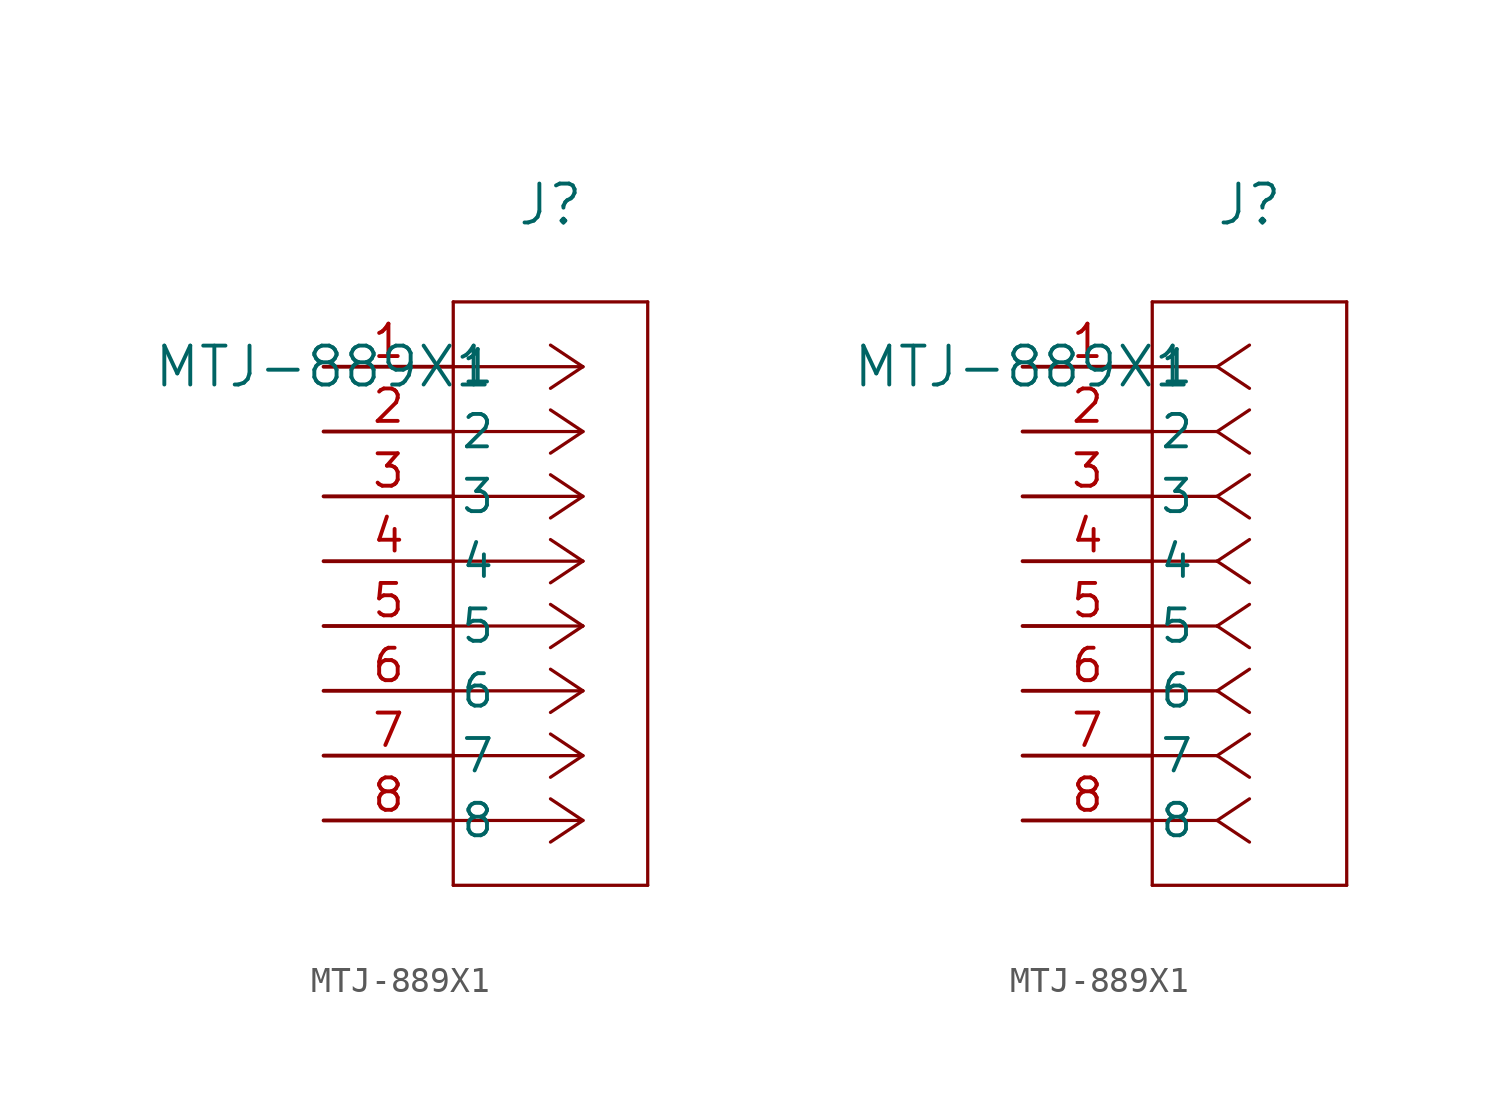
<source format=kicad_sym>
(kicad_symbol_lib
  (version 20211014)
  (generator kicad_symbol_editor)
  (symbol "MTJ-889X1"
    (pin_names
      (offset 0.254))
    (property "Reference" "J"
      (at 8.89 6.35 0)
      (effects (font (size 1.524 1.524))))
    (property "Value" "MTJ-889X1"
      (at 0 0 0)
      (effects (font (size 1.524 1.524))))
    (symbol "MTJ-889X1_1_1"
      (polyline (pts (xy 10.16 0) (xy 5.08 0)) (stroke (width 0.127) (type default) (color 0 0 0 0)) (fill (type none)))
      (polyline (pts (xy 10.16 -2.54) (xy 5.08 -2.54)) (stroke (width 0.127) (type default) (color 0 0 0 0)) (fill (type none)))
      (polyline (pts (xy 10.16 -5.08) (xy 5.08 -5.08)) (stroke (width 0.127) (type default) (color 0 0 0 0)) (fill (type none)))
      (polyline (pts (xy 10.16 -7.62) (xy 5.08 -7.62)) (stroke (width 0.127) (type default) (color 0 0 0 0)) (fill (type none)))
      (polyline (pts (xy 10.16 -10.16) (xy 5.08 -10.16)) (stroke (width 0.127) (type default) (color 0 0 0 0)) (fill (type none)))
      (polyline (pts (xy 10.16 -12.7) (xy 5.08 -12.7)) (stroke (width 0.127) (type default) (color 0 0 0 0)) (fill (type none)))
      (polyline (pts (xy 10.16 -15.24) (xy 5.08 -15.24)) (stroke (width 0.127) (type default) (color 0 0 0 0)) (fill (type none)))
      (polyline (pts (xy 10.16 -17.78) (xy 5.08 -17.78)) (stroke (width 0.127) (type default) (color 0 0 0 0)) (fill (type none)))
      (polyline (pts (xy 10.16 0) (xy 8.89 0.847)) (stroke (width 0.127) (type default) (color 0 0 0 0)) (fill (type none)))
      (polyline (pts (xy 10.16 -2.54) (xy 8.89 -1.693)) (stroke (width 0.127) (type default) (color 0 0 0 0)) (fill (type none)))
      (polyline (pts (xy 10.16 -5.08) (xy 8.89 -4.233)) (stroke (width 0.127) (type default) (color 0 0 0 0)) (fill (type none)))
      (polyline (pts (xy 10.16 -7.62) (xy 8.89 -6.773)) (stroke (width 0.127) (type default) (color 0 0 0 0)) (fill (type none)))
      (polyline (pts (xy 10.16 -10.16) (xy 8.89 -9.313)) (stroke (width 0.127) (type default) (color 0 0 0 0)) (fill (type none)))
      (polyline (pts (xy 10.16 -12.7) (xy 8.89 -11.853)) (stroke (width 0.127) (type default) (color 0 0 0 0)) (fill (type none)))
      (polyline (pts (xy 10.16 -15.24) (xy 8.89 -14.393)) (stroke (width 0.127) (type default) (color 0 0 0 0)) (fill (type none)))
      (polyline (pts (xy 10.16 -17.78) (xy 8.89 -16.933)) (stroke (width 0.127) (type default) (color 0 0 0 0)) (fill (type none)))
      (polyline (pts (xy 10.16 0) (xy 8.89 -0.847)) (stroke (width 0.127) (type default) (color 0 0 0 0)) (fill (type none)))
      (polyline (pts (xy 10.16 -2.54) (xy 8.89 -3.387)) (stroke (width 0.127) (type default) (color 0 0 0 0)) (fill (type none)))
      (polyline (pts (xy 10.16 -5.08) (xy 8.89 -5.927)) (stroke (width 0.127) (type default) (color 0 0 0 0)) (fill (type none)))
      (polyline (pts (xy 10.16 -7.62) (xy 8.89 -8.467)) (stroke (width 0.127) (type default) (color 0 0 0 0)) (fill (type none)))
      (polyline (pts (xy 10.16 -10.16) (xy 8.89 -11.007)) (stroke (width 0.127) (type default) (color 0 0 0 0)) (fill (type none)))
      (polyline (pts (xy 10.16 -12.7) (xy 8.89 -13.547)) (stroke (width 0.127) (type default) (color 0 0 0 0)) (fill (type none)))
      (polyline (pts (xy 10.16 -15.24) (xy 8.89 -16.087)) (stroke (width 0.127) (type default) (color 0 0 0 0)) (fill (type none)))
      (polyline (pts (xy 10.16 -17.78) (xy 8.89 -18.627)) (stroke (width 0.127) (type default) (color 0 0 0 0)) (fill (type none)))
      (polyline (pts (xy 5.08 2.54) (xy 5.08 -20.32)) (stroke (width 0.127) (type default) (color 0 0 0 0)) (fill (type none)))
      (polyline (pts (xy 5.08 -20.32) (xy 12.7 -20.32)) (stroke (width 0.127) (type default) (color 0 0 0 0)) (fill (type none)))
      (polyline (pts (xy 12.7 -20.32) (xy 12.7 2.54)) (stroke (width 0.127) (type default) (color 0 0 0 0)) (fill (type none)))
      (polyline (pts (xy 12.7 2.54) (xy 5.08 2.54)) (stroke (width 0.127) (type default) (color 0 0 0 0)) (fill (type none)))
      (pin unspecified line (at 0 0 0) (length 5.08) (name "1" (effects (font (size 1.27 1.27)))) (number "1" (effects (font (size 1.27 1.27)))))
      (pin unspecified line (at 0 -2.54 0) (length 5.08) (name "2" (effects (font (size 1.27 1.27)))) (number "2" (effects (font (size 1.27 1.27)))))
      (pin unspecified line (at 0 -5.08 0) (length 5.08) (name "3" (effects (font (size 1.27 1.27)))) (number "3" (effects (font (size 1.27 1.27)))))
      (pin unspecified line (at 0 -7.62 0) (length 5.08) (name "4" (effects (font (size 1.27 1.27)))) (number "4" (effects (font (size 1.27 1.27)))))
      (pin unspecified line (at 0 -10.16 0) (length 5.08) (name "5" (effects (font (size 1.27 1.27)))) (number "5" (effects (font (size 1.27 1.27)))))
      (pin unspecified line (at 0 -12.7 0) (length 5.08) (name "6" (effects (font (size 1.27 1.27)))) (number "6" (effects (font (size 1.27 1.27)))))
      (pin unspecified line (at 0 -15.24 0) (length 5.08) (name "7" (effects (font (size 1.27 1.27)))) (number "7" (effects (font (size 1.27 1.27)))))
      (pin unspecified line (at 0 -17.78 0) (length 5.08) (name "8" (effects (font (size 1.27 1.27)))) (number "8" (effects (font (size 1.27 1.27))))))
    (symbol "MTJ-889X1_1_2"
      (polyline (pts (xy 7.62 0) (xy 5.08 0)) (stroke (width 0.127) (type default) (color 0 0 0 0)) (fill (type none)))
      (polyline (pts (xy 7.62 -2.54) (xy 5.08 -2.54)) (stroke (width 0.127) (type default) (color 0 0 0 0)) (fill (type none)))
      (polyline (pts (xy 7.62 -5.08) (xy 5.08 -5.08)) (stroke (width 0.127) (type default) (color 0 0 0 0)) (fill (type none)))
      (polyline (pts (xy 7.62 -7.62) (xy 5.08 -7.62)) (stroke (width 0.127) (type default) (color 0 0 0 0)) (fill (type none)))
      (polyline (pts (xy 7.62 -10.16) (xy 5.08 -10.16)) (stroke (width 0.127) (type default) (color 0 0 0 0)) (fill (type none)))
      (polyline (pts (xy 7.62 -12.7) (xy 5.08 -12.7)) (stroke (width 0.127) (type default) (color 0 0 0 0)) (fill (type none)))
      (polyline (pts (xy 7.62 -15.24) (xy 5.08 -15.24)) (stroke (width 0.127) (type default) (color 0 0 0 0)) (fill (type none)))
      (polyline (pts (xy 7.62 -17.78) (xy 5.08 -17.78)) (stroke (width 0.127) (type default) (color 0 0 0 0)) (fill (type none)))
      (polyline (pts (xy 7.62 0) (xy 8.89 0.847)) (stroke (width 0.127) (type default) (color 0 0 0 0)) (fill (type none)))
      (polyline (pts (xy 7.62 -2.54) (xy 8.89 -1.693)) (stroke (width 0.127) (type default) (color 0 0 0 0)) (fill (type none)))
      (polyline (pts (xy 7.62 -5.08) (xy 8.89 -4.233)) (stroke (width 0.127) (type default) (color 0 0 0 0)) (fill (type none)))
      (polyline (pts (xy 7.62 -7.62) (xy 8.89 -6.773)) (stroke (width 0.127) (type default) (color 0 0 0 0)) (fill (type none)))
      (polyline (pts (xy 7.62 -10.16) (xy 8.89 -9.313)) (stroke (width 0.127) (type default) (color 0 0 0 0)) (fill (type none)))
      (polyline (pts (xy 7.62 -12.7) (xy 8.89 -11.853)) (stroke (width 0.127) (type default) (color 0 0 0 0)) (fill (type none)))
      (polyline (pts (xy 7.62 -15.24) (xy 8.89 -14.393)) (stroke (width 0.127) (type default) (color 0 0 0 0)) (fill (type none)))
      (polyline (pts (xy 7.62 -17.78) (xy 8.89 -16.933)) (stroke (width 0.127) (type default) (color 0 0 0 0)) (fill (type none)))
      (polyline (pts (xy 7.62 0) (xy 8.89 -0.847)) (stroke (width 0.127) (type default) (color 0 0 0 0)) (fill (type none)))
      (polyline (pts (xy 7.62 -2.54) (xy 8.89 -3.387)) (stroke (width 0.127) (type default) (color 0 0 0 0)) (fill (type none)))
      (polyline (pts (xy 7.62 -5.08) (xy 8.89 -5.927)) (stroke (width 0.127) (type default) (color 0 0 0 0)) (fill (type none)))
      (polyline (pts (xy 7.62 -7.62) (xy 8.89 -8.467)) (stroke (width 0.127) (type default) (color 0 0 0 0)) (fill (type none)))
      (polyline (pts (xy 7.62 -10.16) (xy 8.89 -11.007)) (stroke (width 0.127) (type default) (color 0 0 0 0)) (fill (type none)))
      (polyline (pts (xy 7.62 -12.7) (xy 8.89 -13.547)) (stroke (width 0.127) (type default) (color 0 0 0 0)) (fill (type none)))
      (polyline (pts (xy 7.62 -15.24) (xy 8.89 -16.087)) (stroke (width 0.127) (type default) (color 0 0 0 0)) (fill (type none)))
      (polyline (pts (xy 7.62 -17.78) (xy 8.89 -18.627)) (stroke (width 0.127) (type default) (color 0 0 0 0)) (fill (type none)))
      (polyline (pts (xy 5.08 2.54) (xy 5.08 -20.32)) (stroke (width 0.127) (type default) (color 0 0 0 0)) (fill (type none)))
      (polyline (pts (xy 5.08 -20.32) (xy 12.7 -20.32)) (stroke (width 0.127) (type default) (color 0 0 0 0)) (fill (type none)))
      (polyline (pts (xy 12.7 -20.32) (xy 12.7 2.54)) (stroke (width 0.127) (type default) (color 0 0 0 0)) (fill (type none)))
      (polyline (pts (xy 12.7 2.54) (xy 5.08 2.54)) (stroke (width 0.127) (type default) (color 0 0 0 0)) (fill (type none)))
      (pin unspecified line (at 0 0 0) (length 5.08) (name "1" (effects (font (size 1.27 1.27)))) (number "1" (effects (font (size 1.27 1.27)))))
      (pin unspecified line (at 0 -2.54 0) (length 5.08) (name "2" (effects (font (size 1.27 1.27)))) (number "2" (effects (font (size 1.27 1.27)))))
      (pin unspecified line (at 0 -5.08 0) (length 5.08) (name "3" (effects (font (size 1.27 1.27)))) (number "3" (effects (font (size 1.27 1.27)))))
      (pin unspecified line (at 0 -7.62 0) (length 5.08) (name "4" (effects (font (size 1.27 1.27)))) (number "4" (effects (font (size 1.27 1.27)))))
      (pin unspecified line (at 0 -10.16 0) (length 5.08) (name "5" (effects (font (size 1.27 1.27)))) (number "5" (effects (font (size 1.27 1.27)))))
      (pin unspecified line (at 0 -12.7 0) (length 5.08) (name "6" (effects (font (size 1.27 1.27)))) (number "6" (effects (font (size 1.27 1.27)))))
      (pin unspecified line (at 0 -15.24 0) (length 5.08) (name "7" (effects (font (size 1.27 1.27)))) (number "7" (effects (font (size 1.27 1.27)))))
      (pin unspecified line (at 0 -17.78 0) (length 5.08) (name "8" (effects (font (size 1.27 1.27)))) (number "8" (effects (font (size 1.27 1.27))))))))
</source>
